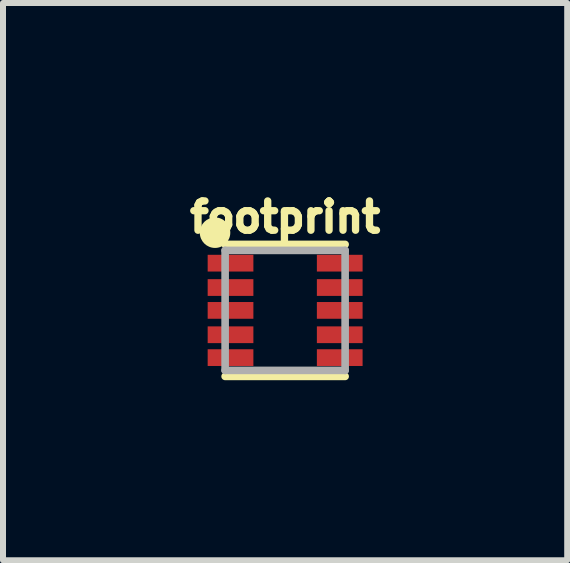
<source format=kicad_pcb>
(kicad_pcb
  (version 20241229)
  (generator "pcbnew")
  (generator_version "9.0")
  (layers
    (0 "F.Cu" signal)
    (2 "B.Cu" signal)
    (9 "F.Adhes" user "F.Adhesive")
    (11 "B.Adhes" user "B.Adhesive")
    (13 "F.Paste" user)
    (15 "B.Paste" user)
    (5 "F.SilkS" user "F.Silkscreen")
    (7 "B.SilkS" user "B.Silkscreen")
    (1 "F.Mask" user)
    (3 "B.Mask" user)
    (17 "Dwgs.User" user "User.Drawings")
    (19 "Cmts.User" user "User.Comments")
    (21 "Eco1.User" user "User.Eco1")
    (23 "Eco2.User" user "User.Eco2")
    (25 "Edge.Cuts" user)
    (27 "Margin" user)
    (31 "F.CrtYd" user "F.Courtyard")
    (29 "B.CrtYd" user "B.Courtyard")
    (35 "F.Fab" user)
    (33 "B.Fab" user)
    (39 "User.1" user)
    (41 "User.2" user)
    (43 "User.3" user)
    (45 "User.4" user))
  (footprint "footprint"
    (layer "F.Cu")
    (at 1.702 2.123)
    (property "Reference" "footprint" (at 0 -1.27 0) (layer "F.SilkS") (effects (font (size 0.488 0.488) (thickness 0.122)) (justify bottom)))
    (fp_line (start -1 -1.1) (end 1 -1.1) (stroke (width 0.127) (type solid)) (layer "F.SilkS"))
    (fp_line (start -1 1.1) (end 1 1.1) (stroke (width 0.127) (type solid)) (layer "F.SilkS"))
    (fp_circle (center -1.168 -1.295) (end -1.041 -1.295) (stroke (width 0.254) (type solid)) (fill yes) (layer "F.SilkS"))
    (fp_line (start -1 -1) (end -1 1) (stroke (width 0.127) (type solid)) (layer "F.Fab"))
    (fp_line (start -1 1) (end 1 1) (stroke (width 0.127) (type solid)) (layer "F.Fab"))
    (fp_line (start 1 -1) (end -1 -1) (stroke (width 0.127) (type solid)) (layer "F.Fab"))
    (fp_line (start 1 1) (end 1 -1) (stroke (width 0.127) (type solid)) (layer "F.Fab"))
    (pad "1" smd rect (at -0.91 -0.787) (size 0.762 0.279) (layers "F.Cu" "F.Mask" "F.Paste"))
    (pad "2" smd rect (at -0.91 -0.381) (size 0.762 0.279) (layers "F.Cu" "F.Mask" "F.Paste"))
    (pad "3" smd rect (at -0.91 0) (size 0.762 0.279) (layers "F.Cu" "F.Mask" "F.Paste"))
    (pad "4" smd rect (at -0.91 0.406) (size 0.762 0.279) (layers "F.Cu" "F.Mask" "F.Paste"))
    (pad "5" smd rect (at -0.91 0.787) (size 0.762 0.279) (layers "F.Cu" "F.Mask" "F.Paste"))
    (pad "6" smd rect (at 0.91 0.787) (size 0.762 0.279) (layers "F.Cu" "F.Mask" "F.Paste"))
    (pad "7" smd rect (at 0.91 0.406) (size 0.762 0.279) (layers "F.Cu" "F.Mask" "F.Paste"))
    (pad "8" smd rect (at 0.91 0) (size 0.762 0.279) (layers "F.Cu" "F.Mask" "F.Paste"))
    (pad "9" smd rect (at 0.91 -0.381) (size 0.762 0.279) (layers "F.Cu" "F.Mask" "F.Paste"))
    (pad "10" smd rect (at 0.91 -0.787) (size 0.762 0.279) (layers "F.Cu" "F.Mask" "F.Paste")))
  (gr_rect
    (start -3 -3)
    (end 6.403 6.287)
    (stroke (width 0.1) (type default))
    (fill no)
    (layer "Edge.Cuts")))
</source>
